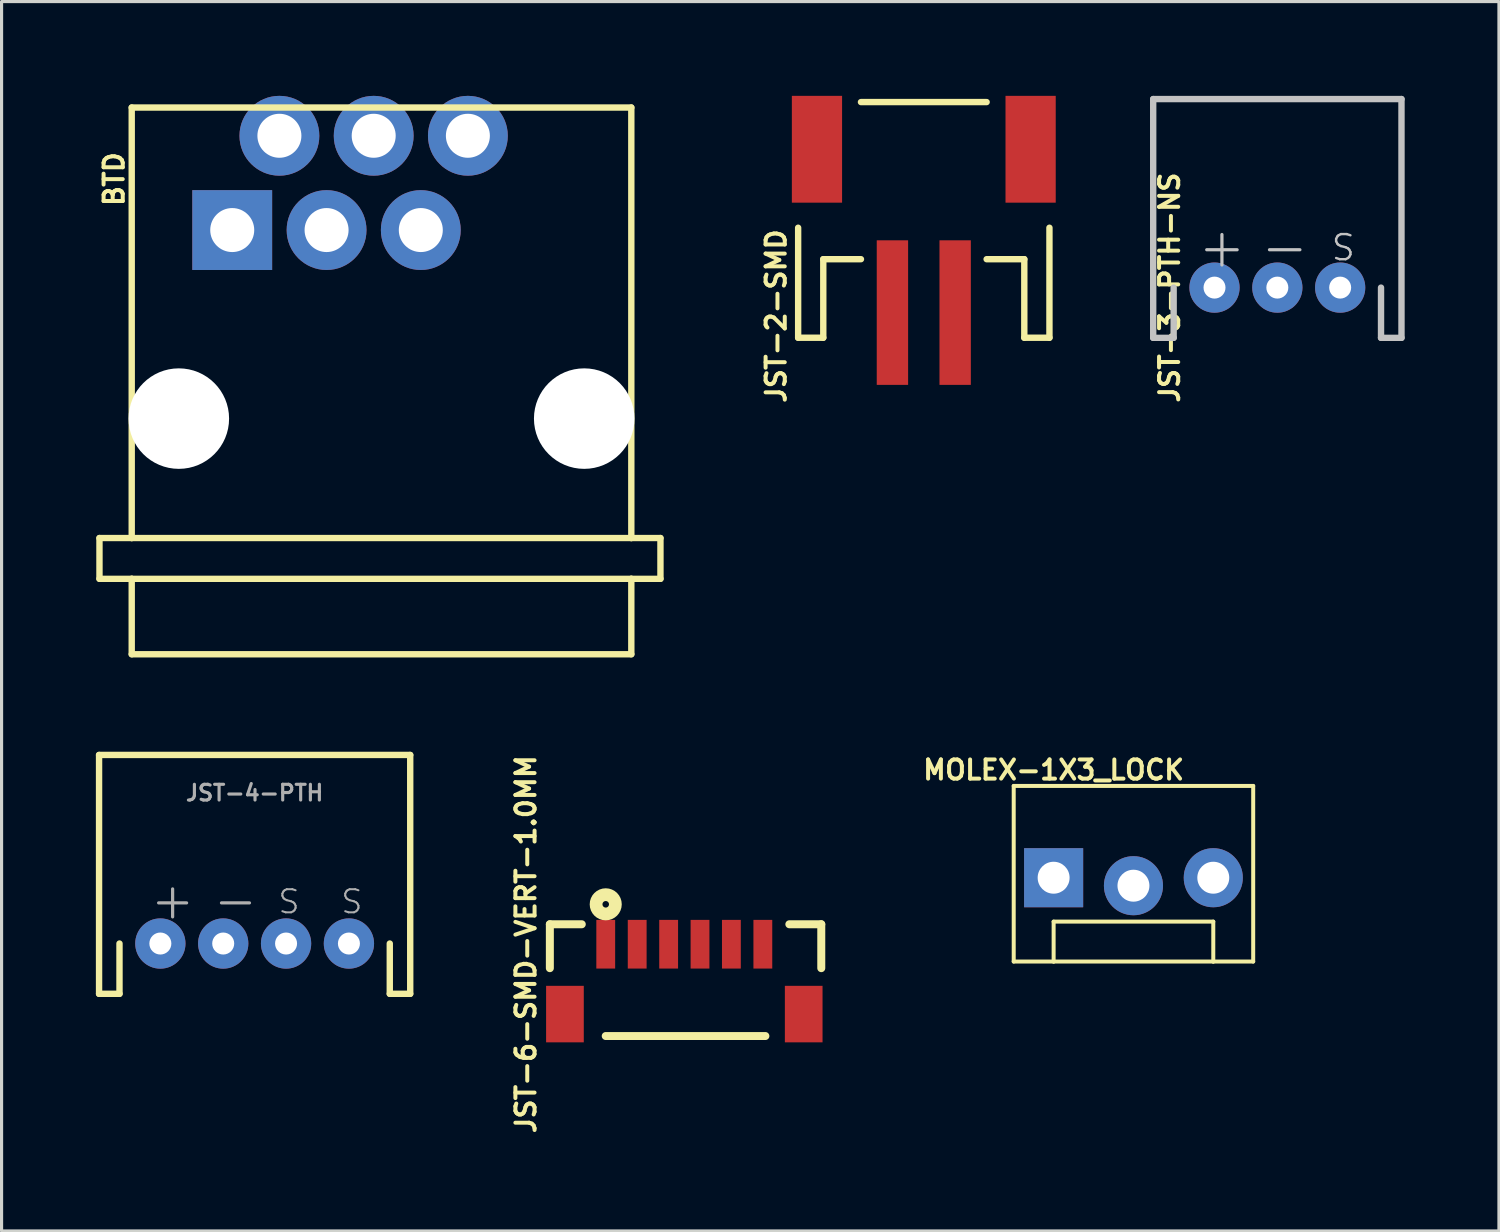
<source format=kicad_pcb>
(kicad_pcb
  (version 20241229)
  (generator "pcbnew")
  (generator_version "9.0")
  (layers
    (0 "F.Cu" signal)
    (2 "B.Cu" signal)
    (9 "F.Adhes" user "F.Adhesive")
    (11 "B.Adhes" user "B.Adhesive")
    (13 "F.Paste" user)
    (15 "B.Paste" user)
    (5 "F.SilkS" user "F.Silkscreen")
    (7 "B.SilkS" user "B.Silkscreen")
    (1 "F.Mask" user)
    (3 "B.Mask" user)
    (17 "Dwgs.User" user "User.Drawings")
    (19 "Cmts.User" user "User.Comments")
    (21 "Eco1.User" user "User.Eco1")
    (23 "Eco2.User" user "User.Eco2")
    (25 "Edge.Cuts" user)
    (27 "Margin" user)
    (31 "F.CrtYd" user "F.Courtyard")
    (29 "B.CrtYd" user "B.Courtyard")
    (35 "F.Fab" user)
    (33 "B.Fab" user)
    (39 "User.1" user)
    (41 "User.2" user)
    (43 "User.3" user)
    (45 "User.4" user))
  (footprint "MOLEX-1X3_LOCK"
    (layer "F.Cu")
    (at 30.474 25.004)
    (property "Reference" "MOLEX-1X3_LOCK" (at 0 -3.556 0) (layer "F.SilkS") (effects (font (size 0.61 0.61) (thickness 0.127))))
    (attr exclude_from_pos_files exclude_from_bom)
    (fp_line (start -1.27 -3.048) (end -1.27 2.54) (stroke (width 0.127) (type solid)) (layer "F.SilkS"))
    (fp_line (start 0 1.27) (end 5.08 1.27) (stroke (width 0.127) (type solid)) (layer "F.SilkS"))
    (fp_line (start 0 2.54) (end -1.27 2.54) (stroke (width 0.127) (type solid)) (layer "F.SilkS"))
    (fp_line (start 0 2.54) (end 0 1.27) (stroke (width 0.127) (type solid)) (layer "F.SilkS"))
    (fp_line (start 5.08 1.27) (end 5.08 2.54) (stroke (width 0.127) (type solid)) (layer "F.SilkS"))
    (fp_line (start 5.08 2.54) (end 0 2.54) (stroke (width 0.127) (type solid)) (layer "F.SilkS"))
    (fp_line (start 6.35 -3.048) (end -1.27 -3.048) (stroke (width 0.127) (type solid)) (layer "F.SilkS"))
    (fp_line (start 6.35 -3.048) (end 6.35 2.54) (stroke (width 0.127) (type solid)) (layer "F.SilkS"))
    (fp_line (start 6.35 2.54) (end 5.08 2.54) (stroke (width 0.127) (type solid)) (layer "F.SilkS"))
    (pad "1" thru_hole rect (at 0 -0.127) (size 1.88 1.88) (drill 1.016) (layers "*.Cu" "*.Mask"))
    (pad "2" thru_hole circle (at 2.54 0.127) (size 1.88 1.88) (drill 1.016) (layers "*.Cu" "*.Mask"))
    (pad "3" thru_hole circle (at 5.08 -0.127) (size 1.88 1.88) (drill 1.016) (layers "*.Cu" "*.Mask")))
  (footprint "BTD"
    (layer "F.Cu")
    (at 9.089 10.269)
    (property "Reference" "BTD" (at -8.509 -7.62 90) (layer "F.SilkS") (effects (font (size 0.61 0.61) (thickness 0.127))))
    (attr exclude_from_pos_files exclude_from_bom)
    (fp_line (start -8.974 3.8) (end -8.974 5.098) (stroke (width 0.203) (type solid)) (layer "F.SilkS"))
    (fp_line (start -8.974 3.8) (end -7.948 3.8) (stroke (width 0.203) (type solid)) (layer "F.SilkS"))
    (fp_line (start -8.974 5.098) (end -7.948 5.098) (stroke (width 0.203) (type solid)) (layer "F.SilkS"))
    (fp_line (start -7.948 -9.898) (end 7.948 -9.898) (stroke (width 0.203) (type solid)) (layer "F.SilkS"))
    (fp_line (start -7.948 3.8) (end -7.948 -9.898) (stroke (width 0.203) (type solid)) (layer "F.SilkS"))
    (fp_line (start -7.948 3.8) (end 7.948 3.8) (stroke (width 0.203) (type solid)) (layer "F.SilkS"))
    (fp_line (start -7.948 5.098) (end 7.948 5.098) (stroke (width 0.203) (type solid)) (layer "F.SilkS"))
    (fp_line (start -7.948 7.498) (end -7.948 5.098) (stroke (width 0.203) (type solid)) (layer "F.SilkS"))
    (fp_line (start -7.948 7.498) (end 7.948 7.498) (stroke (width 0.203) (type solid)) (layer "F.SilkS"))
    (fp_line (start 7.948 3.8) (end 7.948 -9.898) (stroke (width 0.203) (type solid)) (layer "F.SilkS"))
    (fp_line (start 7.948 3.8) (end 8.875 3.8) (stroke (width 0.203) (type solid)) (layer "F.SilkS"))
    (fp_line (start 7.948 5.098) (end 8.875 5.098) (stroke (width 0.203) (type solid)) (layer "F.SilkS"))
    (fp_line (start 7.948 7.498) (end 7.948 5.098) (stroke (width 0.203) (type solid)) (layer "F.SilkS"))
    (fp_line (start 8.875 3.8) (end 8.875 5.098) (stroke (width 0.203) (type solid)) (layer "F.SilkS"))
    (pad "" np_thru_hole circle (at -6.449 0) (size 3.198 3.198) (drill 3.198) (layers "*.Cu" "*.Mask"))
    (pad "" np_thru_hole circle (at 6.449 0) (size 3.198 3.198) (drill 3.198) (layers "*.Cu" "*.Mask"))
    (pad "1" thru_hole rect (at -4.75 -5.999) (size 2.54 2.54) (drill 1.4) (layers "*.Cu" "*.Mask"))
    (pad "2" thru_hole circle (at -3.249 -8.999) (size 2.54 2.54) (drill 1.4) (layers "*.Cu" "*.Mask"))
    (pad "3" thru_hole circle (at -1.748 -5.999) (size 2.54 2.54) (drill 1.4) (layers "*.Cu" "*.Mask"))
    (pad "4" thru_hole circle (at -0.249 -8.999) (size 2.54 2.54) (drill 1.4) (layers "*.Cu" "*.Mask"))
    (pad "5" thru_hole circle (at 1.25 -5.999) (size 2.54 2.54) (drill 1.4) (layers "*.Cu" "*.Mask"))
    (pad "6" thru_hole circle (at 2.748 -8.999) (size 2.54 2.54) (drill 1.4) (layers "*.Cu" "*.Mask")))
  (footprint "JST-2-SMD"
    (layer "F.Cu")
    (at 26.343 3.198)
    (property "Reference" "JST-2-SMD" (at -4.699 3.81 90) (layer "F.SilkS") (effects (font (size 0.61 0.61) (thickness 0.127))))
    (attr smd)
    (fp_line (start -3.998 0.998) (end -3.998 4.498) (stroke (width 0.203) (type solid)) (layer "F.SilkS"))
    (fp_line (start -3.998 4.498) (end -3.198 4.498) (stroke (width 0.203) (type solid)) (layer "F.SilkS"))
    (fp_line (start -3.198 1.999) (end -1.999 1.999) (stroke (width 0.203) (type solid)) (layer "F.SilkS"))
    (fp_line (start -3.198 4.498) (end -3.198 1.999) (stroke (width 0.203) (type solid)) (layer "F.SilkS"))
    (fp_line (start 1.999 -3) (end -1.999 -3) (stroke (width 0.203) (type solid)) (layer "F.SilkS"))
    (fp_line (start 1.999 1.999) (end 3.198 1.999) (stroke (width 0.203) (type solid)) (layer "F.SilkS"))
    (fp_line (start 3.198 1.999) (end 3.198 4.498) (stroke (width 0.203) (type solid)) (layer "F.SilkS"))
    (fp_line (start 3.198 4.498) (end 3.998 4.498) (stroke (width 0.203) (type solid)) (layer "F.SilkS"))
    (fp_line (start 3.998 4.498) (end 3.998 0.998) (stroke (width 0.203) (type solid)) (layer "F.SilkS"))
    (pad "1" smd rect (at -0.998 3.698) (size 0.998 4.6) (layers "F.Cu" "F.Mask" "F.Paste"))
    (pad "2" smd rect (at 0.998 3.698) (size 0.998 4.6) (layers "F.Cu" "F.Mask" "F.Paste"))
    (pad "NC1" smd rect (at -3.399 -1.499 90) (size 3.399 1.598) (layers "F.Cu" "F.Mask" "F.Paste"))
    (pad "NC2" smd rect (at 3.399 -1.499 90) (size 3.399 1.598) (layers "F.Cu" "F.Mask" "F.Paste")))
  (footprint "JST-4-PTH"
    (layer "F.Cu")
    (at 5.052 26.971)
    (property "Reference" "JST-4-PTH" (at 0 -4.5 0) (layer "F.Fab") (effects (font (size 0.5 0.5) (thickness 0.1)) (justify bottom)))
    (fp_line (start -4.95 -6) (end 4.95 -6) (stroke (width 0.203) (type solid)) (layer "F.SilkS"))
    (fp_line (start -4.95 1.6) (end -4.95 -6) (stroke (width 0.203) (type solid)) (layer "F.SilkS"))
    (fp_line (start -4.95 1.6) (end -4.3 1.6) (stroke (width 0.203) (type solid)) (layer "F.SilkS"))
    (fp_line (start -4.3 1.6) (end -4.3 0) (stroke (width 0.203) (type solid)) (layer "F.SilkS"))
    (fp_line (start 4.3 1.6) (end 4.3 0) (stroke (width 0.203) (type solid)) (layer "F.SilkS"))
    (fp_line (start 4.95 -6) (end 4.95 1.6) (stroke (width 0.203) (type solid)) (layer "F.SilkS"))
    (fp_line (start 4.95 1.6) (end 4.3 1.6) (stroke (width 0.203) (type solid)) (layer "F.SilkS"))
    (fp_text user "S" (at 0.7 -0.9 0) (layer "F.Fab") (effects (font (size 0.736 0.736) (thickness 0.064)) (justify left bottom)))
    (fp_text user "-" (at -1.4 -0.7 0) (layer "F.Fab") (effects (font (size 1.168 1.168) (thickness 0.102)) (justify left bottom)))
    (fp_text user "+" (at -3.4 -0.7 0) (layer "F.Fab") (effects (font (size 1.168 1.168) (thickness 0.102)) (justify left bottom)))
    (fp_text user "S" (at 2.7 -0.9 0) (layer "F.Fab") (effects (font (size 0.736 0.736) (thickness 0.064)) (justify left bottom)))
    (pad "1" thru_hole circle (at -3 0) (size 1.6 1.6) (drill 0.7) (layers "*.Cu" "*.Mask"))
    (pad "2" thru_hole circle (at -1 0) (size 1.6 1.6) (drill 0.7) (layers "*.Cu" "*.Mask"))
    (pad "3" thru_hole circle (at 1 0) (size 1.6 1.6) (drill 0.7) (layers "*.Cu" "*.Mask"))
    (pad "4" thru_hole circle (at 3 0) (size 1.6 1.6) (drill 0.7) (layers "*.Cu" "*.Mask")))
  (footprint "JST-6-SMD-VERT-1.0MM"
    (layer "F.Cu")
    (at 18.763 28.263)
    (property "Reference" "JST-6-SMD-VERT-1.0MM" (at -5.08 -1.27 90) (layer "F.SilkS") (effects (font (size 0.61 0.61) (thickness 0.127))))
    (attr smd)
    (fp_line (start -4.318 -1.905) (end -3.302 -1.905) (stroke (width 0.254) (type solid)) (layer "F.SilkS"))
    (fp_line (start -4.318 -0.508) (end -4.318 -1.905) (stroke (width 0.254) (type solid)) (layer "F.SilkS"))
    (fp_line (start -2.54 1.651) (end 2.54 1.651) (stroke (width 0.254) (type solid)) (layer "F.SilkS"))
    (fp_line (start 3.302 -1.905) (end 4.318 -1.905) (stroke (width 0.254) (type solid)) (layer "F.SilkS"))
    (fp_line (start 4.318 -1.905) (end 4.318 -0.508) (stroke (width 0.254) (type solid)) (layer "F.SilkS"))
    (fp_circle (center -2.54 -2.54) (end -2.54 -2.644) (stroke (width 0.406) (type solid)) (fill no) (layer "F.SilkS"))
    (pad "1" smd rect (at -2.54 -1.27) (size 0.599 1.549) (layers "F.Cu" "F.Mask" "F.Paste"))
    (pad "2" smd rect (at -1.539 -1.27) (size 0.599 1.549) (layers "F.Cu" "F.Mask" "F.Paste"))
    (pad "3" smd rect (at -0.538 -1.27) (size 0.599 1.549) (layers "F.Cu" "F.Mask" "F.Paste"))
    (pad "4" smd rect (at 0.46 -1.27) (size 0.599 1.549) (layers "F.Cu" "F.Mask" "F.Paste"))
    (pad "5" smd rect (at 1.458 -1.27) (size 0.599 1.549) (layers "F.Cu" "F.Mask" "F.Paste"))
    (pad "6" smd rect (at 2.459 -1.27) (size 0.599 1.549) (layers "F.Cu" "F.Mask" "F.Paste"))
    (pad "P$1" smd rect (at -3.838 0.953) (size 1.199 1.798) (layers "F.Cu" "F.Mask" "F.Paste"))
    (pad "P$2" smd rect (at 3.759 0.953) (size 1.199 1.798) (layers "F.Cu" "F.Mask" "F.Paste")))
  (footprint "JST-3-PTH-NS"
    (layer "F.Cu")
    (at 37.592 6.101)
    (property "Reference" "JST-3-PTH-NS" (at -3.429 0 90) (layer "F.SilkS") (effects (font (size 0.61 0.61) (thickness 0.127))))
    (attr exclude_from_pos_files exclude_from_bom)
    (fp_line (start -3.95 -5.999) (end 3.95 -5.999) (stroke (width 0.203) (type solid)) (layer "Dwgs.User"))
    (fp_line (start -3.95 1.598) (end -3.95 -5.999) (stroke (width 0.203) (type solid)) (layer "Dwgs.User"))
    (fp_line (start -3.95 1.598) (end -3.299 1.598) (stroke (width 0.203) (type solid)) (layer "Dwgs.User"))
    (fp_line (start -3.299 1.598) (end -3.299 0) (stroke (width 0.203) (type solid)) (layer "Dwgs.User"))
    (fp_line (start 3.299 1.598) (end 3.299 0) (stroke (width 0.203) (type solid)) (layer "Dwgs.User"))
    (fp_line (start 3.95 -5.999) (end 3.95 1.598) (stroke (width 0.203) (type solid)) (layer "Dwgs.User"))
    (fp_line (start 3.95 1.598) (end 3.299 1.598) (stroke (width 0.203) (type solid)) (layer "Dwgs.User"))
    (fp_text user "S" (at 2.098 -1.27 0) (layer "Dwgs.User") (effects (font (size 0.798 0.798) (thickness 0.076))))
    (fp_text user "-" (at 0.234 -1.303 0) (layer "Dwgs.User") (effects (font (size 1.27 1.27) (thickness 0.102))))
    (fp_text user "+" (at -1.763 -1.303 0) (layer "Dwgs.User") (effects (font (size 1.27 1.27) (thickness 0.102))))
    (pad "1" thru_hole circle (at -1.999 0) (size 1.598 1.598) (drill 0.699) (layers "*.Cu" "*.Mask"))
    (pad "2" thru_hole circle (at 0 0) (size 1.598 1.598) (drill 0.699) (layers "*.Cu" "*.Mask"))
    (pad "3" thru_hole circle (at 1.999 0) (size 1.598 1.598) (drill 0.699) (layers "*.Cu" "*.Mask")))
  (gr_rect
    (start -3 -3)
    (end 44.643 36.117)
    (stroke (width 0.1) (type default))
    (fill no)
    (layer "Edge.Cuts")))
</source>
